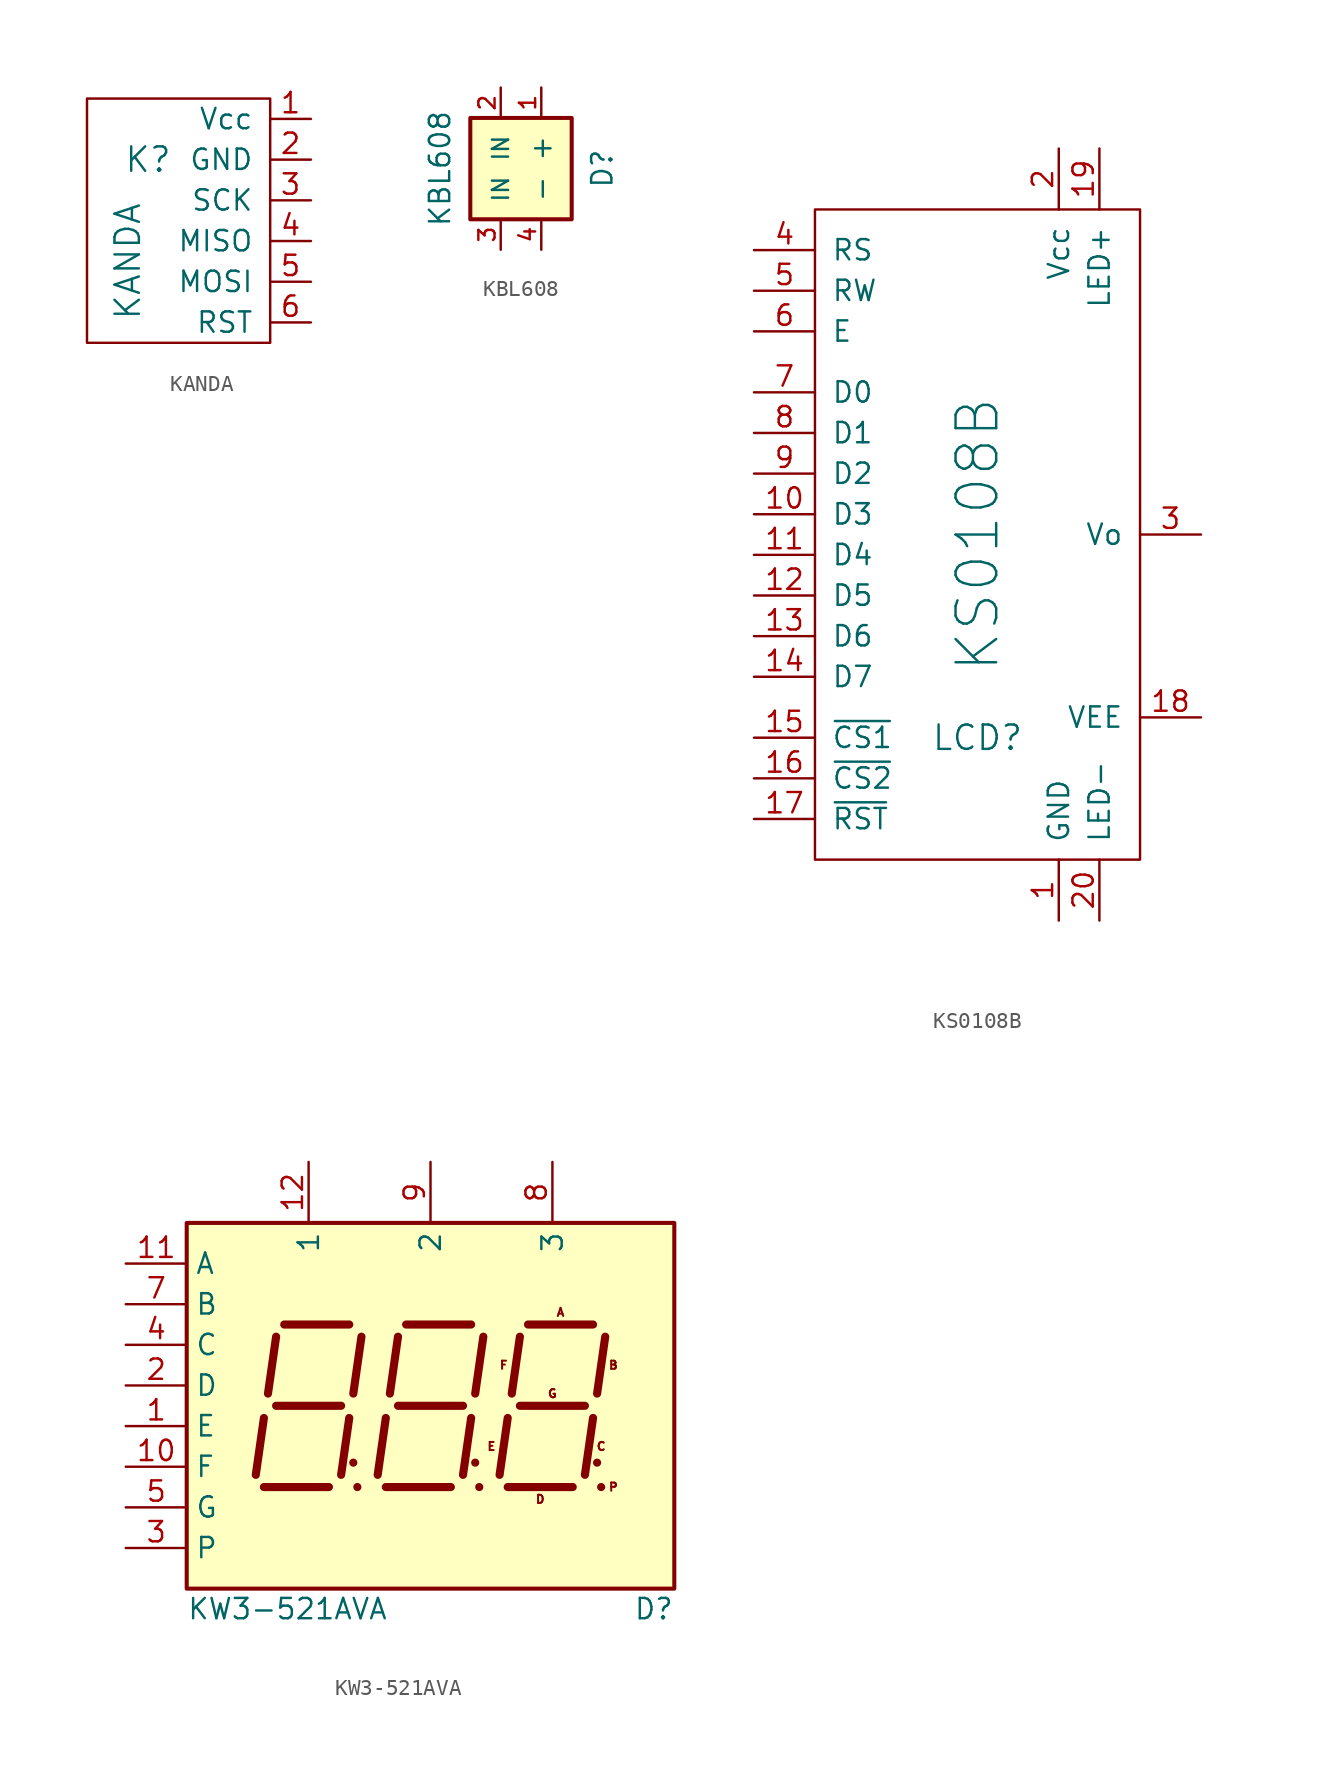
<source format=kicad_sym>
(kicad_symbol_lib
  (version 20231120)
  (generator "kicad_symbol_editor")
  (generator_version "8.0")
  (symbol "KANDA"
    (pin_names
      (offset 1.016))
    (property "Reference" "K"
      (at -2.54 3.81 0)
      (effects (font (size 1.524 1.524))))
    (property "Value" "KANDA"
      (at -3.81 -2.54 90)
      (effects (font (size 1.524 1.524))))
    (property "Datasheet" ""
      (at 0 0 0)
      (effects (font (size 1.524 1.524))))
    (symbol "KANDA_0_1"
      (rectangle (start 5.08 7.62) (end -6.35 -7.62) (stroke (width 0) (type default)) (fill (type none))))
    (symbol "KANDA_1_1"
      (pin passive line (at 7.62 6.35 180) (length 2.54) (name "Vcc" (effects (font (size 1.27 1.27)))) (number "1" (effects (font (size 1.27 1.27)))))
      (pin passive line (at 7.62 3.81 180) (length 2.54) (name "GND" (effects (font (size 1.27 1.27)))) (number "2" (effects (font (size 1.27 1.27)))))
      (pin passive line (at 7.62 1.27 180) (length 2.54) (name "SCK" (effects (font (size 1.27 1.27)))) (number "3" (effects (font (size 1.27 1.27)))))
      (pin passive line (at 7.62 -1.27 180) (length 2.54) (name "MISO" (effects (font (size 1.27 1.27)))) (number "4" (effects (font (size 1.27 1.27)))))
      (pin passive line (at 7.62 -3.81 180) (length 2.54) (name "MOSI" (effects (font (size 1.27 1.27)))) (number "5" (effects (font (size 1.27 1.27)))))
      (pin passive line (at 7.62 -6.35 180) (length 2.54) (name "RST" (effects (font (size 1.27 1.27)))) (number "6" (effects (font (size 1.27 1.27)))))))
  (symbol "KBL608"
    (pin_names
      (offset 1.016))
    (property "Reference" "D"
      (at 5.08 0 90)
      (effects (font (size 1.27 1.27))))
    (property "Value" "KBL608"
      (at -5.08 0 90)
      (effects (font (size 1.27 1.27))))
    (symbol "KBL608_0_1"
      (rectangle (start -3.175 3.175) (end 3.175 -3.175) (stroke (width 0.254) (type default)) (fill (type background))))
    (symbol "KBL608_1_1"
      (pin passive line (at 1.27 5.08 270) (length 1.905) (name "+" (effects (font (size 1.27 1.27)))) (number "1" (effects (font (size 1.016 1.016)))))
      (pin passive line (at -1.27 5.08 270) (length 1.905) (name "IN" (effects (font (size 1.016 1.016)))) (number "2" (effects (font (size 1.016 1.016)))))
      (pin passive line (at -1.27 -5.08 90) (length 1.905) (name "IN" (effects (font (size 1.016 1.016)))) (number "3" (effects (font (size 1.016 1.016)))))
      (pin passive line (at 1.27 -5.08 90) (length 1.905) (name "-" (effects (font (size 1.27 1.27)))) (number "4" (effects (font (size 1.016 1.016)))))))
  (symbol "KS0108B"
    (pin_names
      (offset 1.016))
    (property "Reference" "LCD"
      (at 0 -12.7 0)
      (effects (font (size 1.524 1.524))))
    (property "Value" "KS0108B"
      (at 0 0 90)
      (effects (font (size 2.54 2.54))))
    (property "Footprint" ""
      (at 0 0 0)
      (effects (font (size 1.524 1.524))))
    (property "Datasheet" ""
      (at 0 0 0)
      (effects (font (size 1.524 1.524))))
    (symbol "KS0108B_0_1"
      (rectangle (start -10.16 20.32) (end 10.16 -20.32) (stroke (width 0) (type default)) (fill (type none))))
    (symbol "KS0108B_1_1"
      (pin power_in line (at 5.08 -24.13 90) (length 3.81) (name "GND" (effects (font (size 1.27 1.27)))) (number "1" (effects (font (size 1.27 1.27)))))
      (pin passive line (at -13.97 1.27 0) (length 3.81) (name "D3" (effects (font (size 1.27 1.27)))) (number "10" (effects (font (size 1.27 1.27)))))
      (pin passive line (at -13.97 -1.27 0) (length 3.81) (name "D4" (effects (font (size 1.27 1.27)))) (number "11" (effects (font (size 1.27 1.27)))))
      (pin passive line (at -13.97 -3.81 0) (length 3.81) (name "D5" (effects (font (size 1.27 1.27)))) (number "12" (effects (font (size 1.27 1.27)))))
      (pin passive line (at -13.97 -6.35 0) (length 3.81) (name "D6" (effects (font (size 1.27 1.27)))) (number "13" (effects (font (size 1.27 1.27)))))
      (pin passive line (at -13.97 -8.89 0) (length 3.81) (name "D7" (effects (font (size 1.27 1.27)))) (number "14" (effects (font (size 1.27 1.27)))))
      (pin passive line (at -13.97 -12.7 0) (length 3.81) (name "~{CS1}" (effects (font (size 1.27 1.27)))) (number "15" (effects (font (size 1.27 1.27)))))
      (pin passive line (at -13.97 -15.24 0) (length 3.81) (name "~{CS2}" (effects (font (size 1.27 1.27)))) (number "16" (effects (font (size 1.27 1.27)))))
      (pin passive line (at -13.97 -17.78 0) (length 3.81) (name "~{RST}" (effects (font (size 1.27 1.27)))) (number "17" (effects (font (size 1.27 1.27)))))
      (pin passive line (at 13.97 -11.43 180) (length 3.81) (name "VEE" (effects (font (size 1.27 1.27)))) (number "18" (effects (font (size 1.27 1.27)))))
      (pin passive line (at 7.62 24.13 270) (length 3.81) (name "LED+" (effects (font (size 1.27 1.27)))) (number "19" (effects (font (size 1.27 1.27)))))
      (pin power_in line (at 5.08 24.13 270) (length 3.81) (name "Vcc" (effects (font (size 1.27 1.27)))) (number "2" (effects (font (size 1.27 1.27)))))
      (pin passive line (at 7.62 -24.13 90) (length 3.81) (name "LED-" (effects (font (size 1.27 1.27)))) (number "20" (effects (font (size 1.27 1.27)))))
      (pin passive line (at 13.97 0 180) (length 3.81) (name "Vo" (effects (font (size 1.27 1.27)))) (number "3" (effects (font (size 1.27 1.27)))))
      (pin passive line (at -13.97 17.78 0) (length 3.81) (name "RS" (effects (font (size 1.27 1.27)))) (number "4" (effects (font (size 1.27 1.27)))))
      (pin passive line (at -13.97 15.24 0) (length 3.81) (name "RW" (effects (font (size 1.27 1.27)))) (number "5" (effects (font (size 1.27 1.27)))))
      (pin passive line (at -13.97 12.7 0) (length 3.81) (name "E" (effects (font (size 1.27 1.27)))) (number "6" (effects (font (size 1.27 1.27)))))
      (pin passive line (at -13.97 8.89 0) (length 3.81) (name "D0" (effects (font (size 1.27 1.27)))) (number "7" (effects (font (size 1.27 1.27)))))
      (pin passive line (at -13.97 6.35 0) (length 3.81) (name "D1" (effects (font (size 1.27 1.27)))) (number "8" (effects (font (size 1.27 1.27)))))
      (pin passive line (at -13.97 3.81 0) (length 3.81) (name "D2" (effects (font (size 1.27 1.27)))) (number "9" (effects (font (size 1.27 1.27)))))))
  (symbol "KW3-521AVA"
    (property "Reference" "D"
      (at 15.24 -12.7 0)
      (effects (font (size 1.27 1.27)) (justify right)))
    (property "Value" "KW3-521AVA"
      (at -15.24 -12.7 0)
      (effects (font (size 1.27 1.27)) (justify left)))
    (symbol "KW3-521AVA_0_0"
      (rectangle (start -15.24 11.43) (end 15.24 -11.43) (stroke (width 0.254) (type default)) (fill (type background)))
      (text "A" (at 8.128 5.842 0) (effects (font (size 0.508 0.508))))
      (text "B" (at 11.43 2.54 0) (effects (font (size 0.508 0.508))))
      (text "C" (at 10.668 -2.54 0) (effects (font (size 0.508 0.508))))
      (text "D" (at 6.858 -5.842 0) (effects (font (size 0.508 0.508))))
      (text "E" (at 3.81 -2.54 0) (effects (font (size 0.508 0.508))))
      (text "F" (at 4.572 2.54 0) (effects (font (size 0.508 0.508))))
      (text "G" (at 7.62 0.762 0) (effects (font (size 0.508 0.508))))
      (text "P" (at 11.43 -5.08 0) (effects (font (size 0.508 0.508)))))
    (symbol "KW3-521AVA_0_1"
      (circle (center -4.572 -5.08) (radius 0.18) (stroke (width 0.152) (type default)) (fill (type outline)))
      (polyline (pts (xy -10.414 -5.08) (xy -6.35 -5.08)) (stroke (width 0.508) (type default)) (fill (type none)))
      (polyline (pts (xy -10.414 -0.762) (xy -10.922 -4.318)) (stroke (width 0.508) (type default)) (fill (type none)))
      (polyline (pts (xy -9.652 0) (xy -5.588 0)) (stroke (width 0.508) (type default)) (fill (type none)))
      (polyline (pts (xy -9.652 4.318) (xy -10.16 0.762)) (stroke (width 0.508) (type default)) (fill (type none)))
      (polyline (pts (xy -9.144 5.08) (xy -5.08 5.08)) (stroke (width 0.508) (type default)) (fill (type none)))
      (polyline (pts (xy -5.08 -0.762) (xy -5.588 -4.318)) (stroke (width 0.508) (type default)) (fill (type none)))
      (polyline (pts (xy -4.826 -3.556) (xy -4.826 -3.556)) (stroke (width 0.508) (type default)) (fill (type none)))
      (polyline (pts (xy -4.318 4.318) (xy -4.826 0.762)) (stroke (width 0.508) (type default)) (fill (type none)))
      (polyline (pts (xy -2.794 -5.08) (xy 1.27 -5.08)) (stroke (width 0.508) (type default)) (fill (type none)))
      (polyline (pts (xy -2.794 -0.762) (xy -3.302 -4.318)) (stroke (width 0.508) (type default)) (fill (type none)))
      (polyline (pts (xy -2.032 0) (xy 2.032 0)) (stroke (width 0.508) (type default)) (fill (type none)))
      (polyline (pts (xy -2.032 4.318) (xy -2.54 0.762)) (stroke (width 0.508) (type default)) (fill (type none)))
      (polyline (pts (xy -1.524 5.08) (xy 2.54 5.08)) (stroke (width 0.508) (type default)) (fill (type none)))
      (polyline (pts (xy 2.54 -0.762) (xy 2.032 -4.318)) (stroke (width 0.508) (type default)) (fill (type none)))
      (polyline (pts (xy 2.794 -3.556) (xy 2.794 -3.556)) (stroke (width 0.508) (type default)) (fill (type none)))
      (polyline (pts (xy 3.302 4.318) (xy 2.794 0.762)) (stroke (width 0.508) (type default)) (fill (type none)))
      (polyline (pts (xy 4.826 -5.08) (xy 8.89 -5.08)) (stroke (width 0.508) (type default)) (fill (type none)))
      (polyline (pts (xy 4.826 -0.762) (xy 4.318 -4.318)) (stroke (width 0.508) (type default)) (fill (type none)))
      (polyline (pts (xy 5.588 0) (xy 9.652 0)) (stroke (width 0.508) (type default)) (fill (type none)))
      (polyline (pts (xy 5.588 4.318) (xy 5.08 0.762)) (stroke (width 0.508) (type default)) (fill (type none)))
      (polyline (pts (xy 6.096 5.08) (xy 10.16 5.08)) (stroke (width 0.508) (type default)) (fill (type none)))
      (polyline (pts (xy 10.16 -0.762) (xy 9.652 -4.318)) (stroke (width 0.508) (type default)) (fill (type none)))
      (polyline (pts (xy 10.414 -3.556) (xy 10.414 -3.556)) (stroke (width 0.508) (type default)) (fill (type none)))
      (polyline (pts (xy 10.922 4.318) (xy 10.414 0.762)) (stroke (width 0.508) (type default)) (fill (type none)))
      (circle (center 3.048 -5.08) (radius 0.18) (stroke (width 0.152) (type default)) (fill (type outline)))
      (circle (center 10.668 -5.08) (radius 0.18) (stroke (width 0.152) (type default)) (fill (type outline))))
    (symbol "KW3-521AVA_1_1"
      (pin passive line (at -19.05 -1.27 0) (length 3.81) (name "E" (effects (font (size 1.27 1.27)))) (number "1" (effects (font (size 1.27 1.27)))))
      (pin passive line (at -19.05 -3.81 0) (length 3.81) (name "F" (effects (font (size 1.27 1.27)))) (number "10" (effects (font (size 1.27 1.27)))))
      (pin passive line (at -19.05 8.89 0) (length 3.81) (name "A" (effects (font (size 1.27 1.27)))) (number "11" (effects (font (size 1.27 1.27)))))
      (pin passive line (at -7.62 15.24 270) (length 3.81) (name "1" (effects (font (size 1.27 1.27)))) (number "12" (effects (font (size 1.27 1.27)))))
      (pin passive line (at -19.05 1.27 0) (length 3.81) (name "D" (effects (font (size 1.27 1.27)))) (number "2" (effects (font (size 1.27 1.27)))))
      (pin passive line (at -19.05 -8.89 0) (length 3.81) (name "P" (effects (font (size 1.27 1.27)))) (number "3" (effects (font (size 1.27 1.27)))))
      (pin passive line (at -19.05 3.81 0) (length 3.81) (name "C" (effects (font (size 1.27 1.27)))) (number "4" (effects (font (size 1.27 1.27)))))
      (pin passive line (at -19.05 -6.35 0) (length 3.81) (name "G" (effects (font (size 1.27 1.27)))) (number "5" (effects (font (size 1.27 1.27)))))
      (pin passive line (at -19.05 6.35 0) (length 3.81) (name "B" (effects (font (size 1.27 1.27)))) (number "7" (effects (font (size 1.27 1.27)))))
      (pin passive line (at 7.62 15.24 270) (length 3.81) (name "3" (effects (font (size 1.27 1.27)))) (number "8" (effects (font (size 1.27 1.27)))))
      (pin passive line (at 0 15.24 270) (length 3.81) (name "2" (effects (font (size 1.27 1.27)))) (number "9" (effects (font (size 1.27 1.27))))))))
</source>
